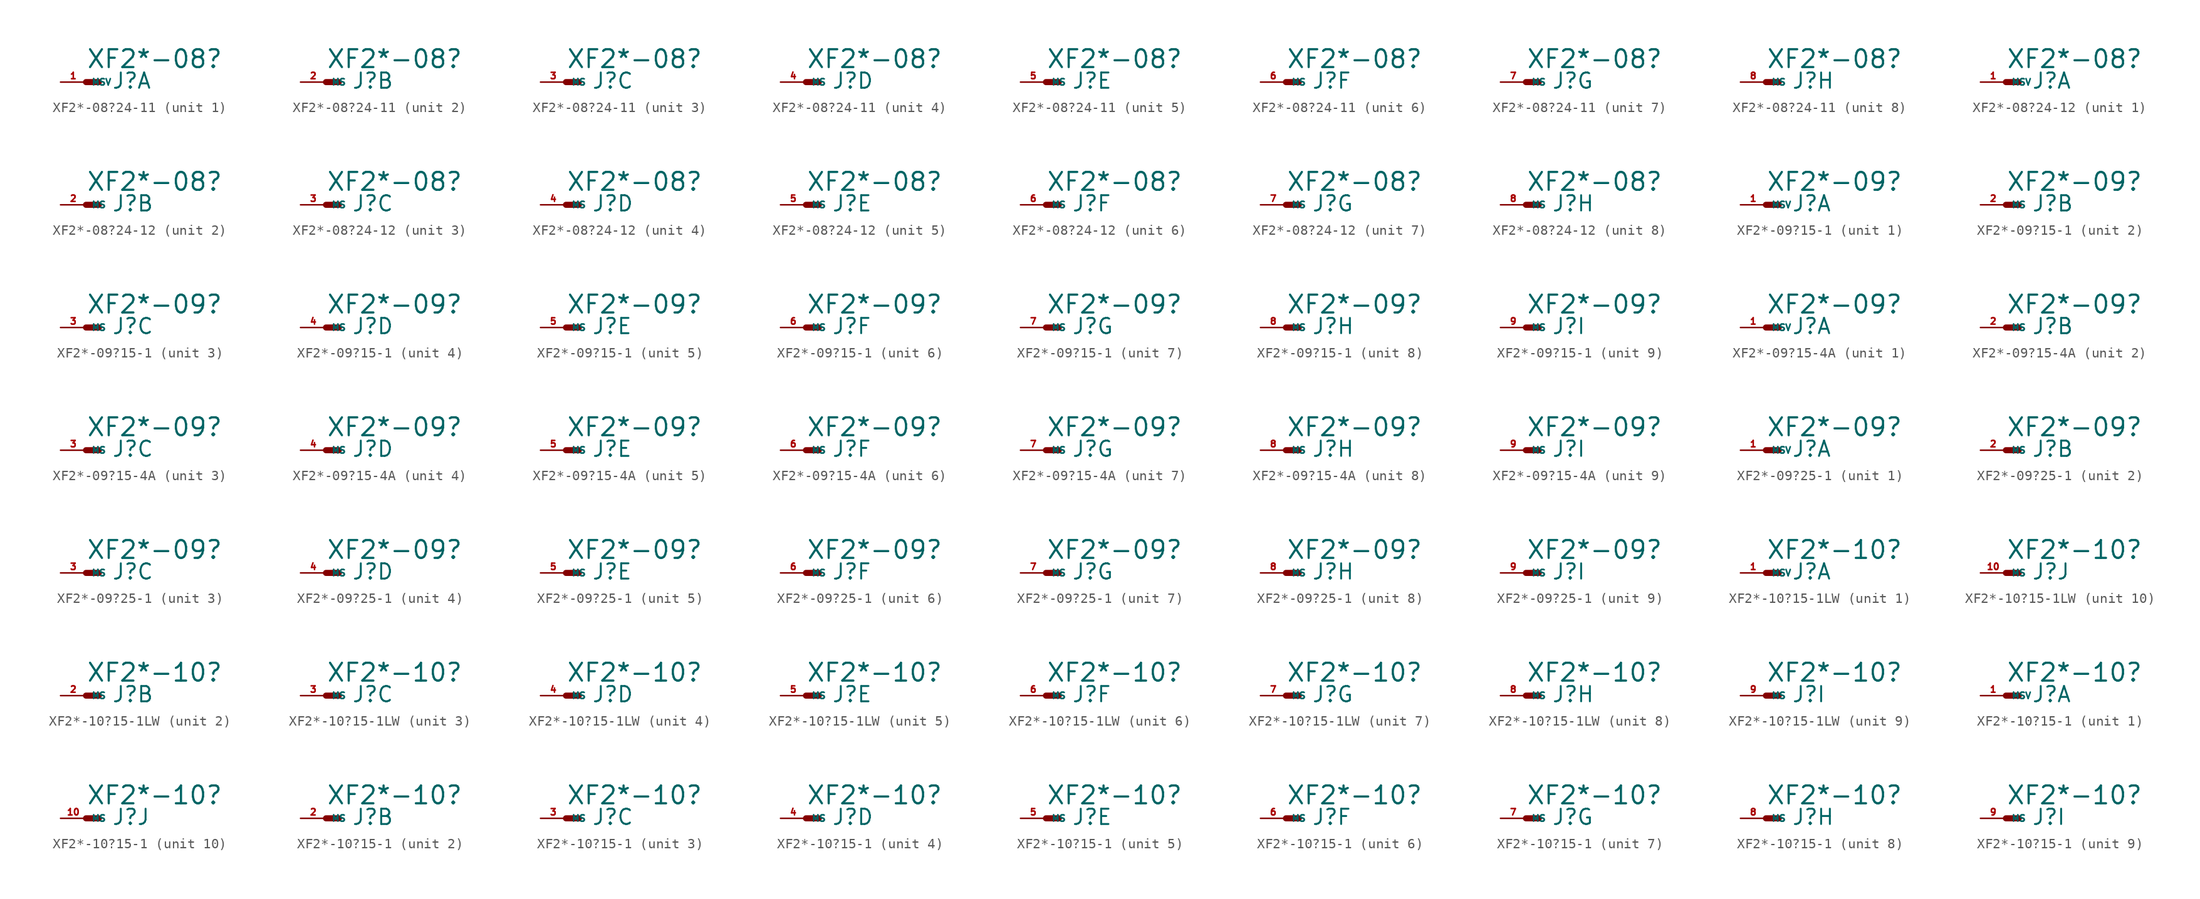
<source format=kicad_sym>
(kicad_symbol_lib
  (version 20220914)
  (generator Eagle2Kicad)
  (symbol "XF2*-08?24-11"
    (property "Reference" "J"
      (at 2.54 -0.762 0)
      (effects (font (size 1.524 1.524) (thickness 0.19)) (justify left bottom)))
    (property "Value" "XF2*-08?"
      (at 0 1.27 0)
      (effects (font (size 1.778 1.778) (thickness 0.22)) (justify left bottom)))
    (symbol "XF2*-08?24-11_1_0"
      (polyline (pts (xy 0 0) (xy 1.27 0)) (stroke (width 0.61) (type default)) (fill (type none)))
      (pin passive line (at -2.54 0 0) (length 2.54) (name "MSV" (effects (font (size 0.635 0.635) (thickness 0.08)) (justify left bottom))) (number "1" (effects (font (size 0.635 0.635) (thickness 0.08)) (justify left bottom)))))
    (symbol "XF2*-08?24-11_2_0"
      (polyline (pts (xy 0 0) (xy 1.27 0)) (stroke (width 0.61) (type default)) (fill (type none)))
      (pin passive line (at -2.54 0 0) (length 2.54) (name "MS" (effects (font (size 0.635 0.635) (thickness 0.08)) (justify left bottom))) (number "2" (effects (font (size 0.635 0.635) (thickness 0.08)) (justify left bottom)))))
    (symbol "XF2*-08?24-11_3_0"
      (polyline (pts (xy 0 0) (xy 1.27 0)) (stroke (width 0.61) (type default)) (fill (type none)))
      (pin passive line (at -2.54 0 0) (length 2.54) (name "MS" (effects (font (size 0.635 0.635) (thickness 0.08)) (justify left bottom))) (number "3" (effects (font (size 0.635 0.635) (thickness 0.08)) (justify left bottom)))))
    (symbol "XF2*-08?24-11_4_0"
      (polyline (pts (xy 0 0) (xy 1.27 0)) (stroke (width 0.61) (type default)) (fill (type none)))
      (pin passive line (at -2.54 0 0) (length 2.54) (name "MS" (effects (font (size 0.635 0.635) (thickness 0.08)) (justify left bottom))) (number "4" (effects (font (size 0.635 0.635) (thickness 0.08)) (justify left bottom)))))
    (symbol "XF2*-08?24-11_5_0"
      (polyline (pts (xy 0 0) (xy 1.27 0)) (stroke (width 0.61) (type default)) (fill (type none)))
      (pin passive line (at -2.54 0 0) (length 2.54) (name "MS" (effects (font (size 0.635 0.635) (thickness 0.08)) (justify left bottom))) (number "5" (effects (font (size 0.635 0.635) (thickness 0.08)) (justify left bottom)))))
    (symbol "XF2*-08?24-11_6_0"
      (polyline (pts (xy 0 0) (xy 1.27 0)) (stroke (width 0.61) (type default)) (fill (type none)))
      (pin passive line (at -2.54 0 0) (length 2.54) (name "MS" (effects (font (size 0.635 0.635) (thickness 0.08)) (justify left bottom))) (number "6" (effects (font (size 0.635 0.635) (thickness 0.08)) (justify left bottom)))))
    (symbol "XF2*-08?24-11_7_0"
      (polyline (pts (xy 0 0) (xy 1.27 0)) (stroke (width 0.61) (type default)) (fill (type none)))
      (pin passive line (at -2.54 0 0) (length 2.54) (name "MS" (effects (font (size 0.635 0.635) (thickness 0.08)) (justify left bottom))) (number "7" (effects (font (size 0.635 0.635) (thickness 0.08)) (justify left bottom)))))
    (symbol "XF2*-08?24-11_8_0"
      (polyline (pts (xy 0 0) (xy 1.27 0)) (stroke (width 0.61) (type default)) (fill (type none)))
      (pin passive line (at -2.54 0 0) (length 2.54) (name "MS" (effects (font (size 0.635 0.635) (thickness 0.08)) (justify left bottom))) (number "8" (effects (font (size 0.635 0.635) (thickness 0.08)) (justify left bottom))))))
  (symbol "XF2*-08?24-12"
    (property "Reference" "J"
      (at 2.54 -0.762 0)
      (effects (font (size 1.524 1.524) (thickness 0.19)) (justify left bottom)))
    (property "Value" "XF2*-08?"
      (at 0 1.27 0)
      (effects (font (size 1.778 1.778) (thickness 0.22)) (justify left bottom)))
    (symbol "XF2*-08?24-12_1_0"
      (polyline (pts (xy 0 0) (xy 1.27 0)) (stroke (width 0.61) (type default)) (fill (type none)))
      (pin passive line (at -2.54 0 0) (length 2.54) (name "MSV" (effects (font (size 0.635 0.635) (thickness 0.08)) (justify left bottom))) (number "1" (effects (font (size 0.635 0.635) (thickness 0.08)) (justify left bottom)))))
    (symbol "XF2*-08?24-12_2_0"
      (polyline (pts (xy 0 0) (xy 1.27 0)) (stroke (width 0.61) (type default)) (fill (type none)))
      (pin passive line (at -2.54 0 0) (length 2.54) (name "MS" (effects (font (size 0.635 0.635) (thickness 0.08)) (justify left bottom))) (number "2" (effects (font (size 0.635 0.635) (thickness 0.08)) (justify left bottom)))))
    (symbol "XF2*-08?24-12_3_0"
      (polyline (pts (xy 0 0) (xy 1.27 0)) (stroke (width 0.61) (type default)) (fill (type none)))
      (pin passive line (at -2.54 0 0) (length 2.54) (name "MS" (effects (font (size 0.635 0.635) (thickness 0.08)) (justify left bottom))) (number "3" (effects (font (size 0.635 0.635) (thickness 0.08)) (justify left bottom)))))
    (symbol "XF2*-08?24-12_4_0"
      (polyline (pts (xy 0 0) (xy 1.27 0)) (stroke (width 0.61) (type default)) (fill (type none)))
      (pin passive line (at -2.54 0 0) (length 2.54) (name "MS" (effects (font (size 0.635 0.635) (thickness 0.08)) (justify left bottom))) (number "4" (effects (font (size 0.635 0.635) (thickness 0.08)) (justify left bottom)))))
    (symbol "XF2*-08?24-12_5_0"
      (polyline (pts (xy 0 0) (xy 1.27 0)) (stroke (width 0.61) (type default)) (fill (type none)))
      (pin passive line (at -2.54 0 0) (length 2.54) (name "MS" (effects (font (size 0.635 0.635) (thickness 0.08)) (justify left bottom))) (number "5" (effects (font (size 0.635 0.635) (thickness 0.08)) (justify left bottom)))))
    (symbol "XF2*-08?24-12_6_0"
      (polyline (pts (xy 0 0) (xy 1.27 0)) (stroke (width 0.61) (type default)) (fill (type none)))
      (pin passive line (at -2.54 0 0) (length 2.54) (name "MS" (effects (font (size 0.635 0.635) (thickness 0.08)) (justify left bottom))) (number "6" (effects (font (size 0.635 0.635) (thickness 0.08)) (justify left bottom)))))
    (symbol "XF2*-08?24-12_7_0"
      (polyline (pts (xy 0 0) (xy 1.27 0)) (stroke (width 0.61) (type default)) (fill (type none)))
      (pin passive line (at -2.54 0 0) (length 2.54) (name "MS" (effects (font (size 0.635 0.635) (thickness 0.08)) (justify left bottom))) (number "7" (effects (font (size 0.635 0.635) (thickness 0.08)) (justify left bottom)))))
    (symbol "XF2*-08?24-12_8_0"
      (polyline (pts (xy 0 0) (xy 1.27 0)) (stroke (width 0.61) (type default)) (fill (type none)))
      (pin passive line (at -2.54 0 0) (length 2.54) (name "MS" (effects (font (size 0.635 0.635) (thickness 0.08)) (justify left bottom))) (number "8" (effects (font (size 0.635 0.635) (thickness 0.08)) (justify left bottom))))))
  (symbol "XF2*-09?15-1"
    (property "Reference" "J"
      (at 2.54 -0.762 0)
      (effects (font (size 1.524 1.524) (thickness 0.19)) (justify left bottom)))
    (property "Value" "XF2*-09?"
      (at 0 1.27 0)
      (effects (font (size 1.778 1.778) (thickness 0.22)) (justify left bottom)))
    (symbol "XF2*-09?15-1_1_0"
      (polyline (pts (xy 0 0) (xy 1.27 0)) (stroke (width 0.61) (type default)) (fill (type none)))
      (pin passive line (at -2.54 0 0) (length 2.54) (name "MSV" (effects (font (size 0.635 0.635) (thickness 0.08)) (justify left bottom))) (number "1" (effects (font (size 0.635 0.635) (thickness 0.08)) (justify left bottom)))))
    (symbol "XF2*-09?15-1_2_0"
      (polyline (pts (xy 0 0) (xy 1.27 0)) (stroke (width 0.61) (type default)) (fill (type none)))
      (pin passive line (at -2.54 0 0) (length 2.54) (name "MS" (effects (font (size 0.635 0.635) (thickness 0.08)) (justify left bottom))) (number "2" (effects (font (size 0.635 0.635) (thickness 0.08)) (justify left bottom)))))
    (symbol "XF2*-09?15-1_3_0"
      (polyline (pts (xy 0 0) (xy 1.27 0)) (stroke (width 0.61) (type default)) (fill (type none)))
      (pin passive line (at -2.54 0 0) (length 2.54) (name "MS" (effects (font (size 0.635 0.635) (thickness 0.08)) (justify left bottom))) (number "3" (effects (font (size 0.635 0.635) (thickness 0.08)) (justify left bottom)))))
    (symbol "XF2*-09?15-1_4_0"
      (polyline (pts (xy 0 0) (xy 1.27 0)) (stroke (width 0.61) (type default)) (fill (type none)))
      (pin passive line (at -2.54 0 0) (length 2.54) (name "MS" (effects (font (size 0.635 0.635) (thickness 0.08)) (justify left bottom))) (number "4" (effects (font (size 0.635 0.635) (thickness 0.08)) (justify left bottom)))))
    (symbol "XF2*-09?15-1_5_0"
      (polyline (pts (xy 0 0) (xy 1.27 0)) (stroke (width 0.61) (type default)) (fill (type none)))
      (pin passive line (at -2.54 0 0) (length 2.54) (name "MS" (effects (font (size 0.635 0.635) (thickness 0.08)) (justify left bottom))) (number "5" (effects (font (size 0.635 0.635) (thickness 0.08)) (justify left bottom)))))
    (symbol "XF2*-09?15-1_6_0"
      (polyline (pts (xy 0 0) (xy 1.27 0)) (stroke (width 0.61) (type default)) (fill (type none)))
      (pin passive line (at -2.54 0 0) (length 2.54) (name "MS" (effects (font (size 0.635 0.635) (thickness 0.08)) (justify left bottom))) (number "6" (effects (font (size 0.635 0.635) (thickness 0.08)) (justify left bottom)))))
    (symbol "XF2*-09?15-1_7_0"
      (polyline (pts (xy 0 0) (xy 1.27 0)) (stroke (width 0.61) (type default)) (fill (type none)))
      (pin passive line (at -2.54 0 0) (length 2.54) (name "MS" (effects (font (size 0.635 0.635) (thickness 0.08)) (justify left bottom))) (number "7" (effects (font (size 0.635 0.635) (thickness 0.08)) (justify left bottom)))))
    (symbol "XF2*-09?15-1_8_0"
      (polyline (pts (xy 0 0) (xy 1.27 0)) (stroke (width 0.61) (type default)) (fill (type none)))
      (pin passive line (at -2.54 0 0) (length 2.54) (name "MS" (effects (font (size 0.635 0.635) (thickness 0.08)) (justify left bottom))) (number "8" (effects (font (size 0.635 0.635) (thickness 0.08)) (justify left bottom)))))
    (symbol "XF2*-09?15-1_9_0"
      (polyline (pts (xy 0 0) (xy 1.27 0)) (stroke (width 0.61) (type default)) (fill (type none)))
      (pin passive line (at -2.54 0 0) (length 2.54) (name "MS" (effects (font (size 0.635 0.635) (thickness 0.08)) (justify left bottom))) (number "9" (effects (font (size 0.635 0.635) (thickness 0.08)) (justify left bottom))))))
  (symbol "XF2*-09?15-4A"
    (property "Reference" "J"
      (at 2.54 -0.762 0)
      (effects (font (size 1.524 1.524) (thickness 0.19)) (justify left bottom)))
    (property "Value" "XF2*-09?"
      (at 0 1.27 0)
      (effects (font (size 1.778 1.778) (thickness 0.22)) (justify left bottom)))
    (symbol "XF2*-09?15-4A_1_0"
      (polyline (pts (xy 0 0) (xy 1.27 0)) (stroke (width 0.61) (type default)) (fill (type none)))
      (pin passive line (at -2.54 0 0) (length 2.54) (name "MSV" (effects (font (size 0.635 0.635) (thickness 0.08)) (justify left bottom))) (number "1" (effects (font (size 0.635 0.635) (thickness 0.08)) (justify left bottom)))))
    (symbol "XF2*-09?15-4A_2_0"
      (polyline (pts (xy 0 0) (xy 1.27 0)) (stroke (width 0.61) (type default)) (fill (type none)))
      (pin passive line (at -2.54 0 0) (length 2.54) (name "MS" (effects (font (size 0.635 0.635) (thickness 0.08)) (justify left bottom))) (number "2" (effects (font (size 0.635 0.635) (thickness 0.08)) (justify left bottom)))))
    (symbol "XF2*-09?15-4A_3_0"
      (polyline (pts (xy 0 0) (xy 1.27 0)) (stroke (width 0.61) (type default)) (fill (type none)))
      (pin passive line (at -2.54 0 0) (length 2.54) (name "MS" (effects (font (size 0.635 0.635) (thickness 0.08)) (justify left bottom))) (number "3" (effects (font (size 0.635 0.635) (thickness 0.08)) (justify left bottom)))))
    (symbol "XF2*-09?15-4A_4_0"
      (polyline (pts (xy 0 0) (xy 1.27 0)) (stroke (width 0.61) (type default)) (fill (type none)))
      (pin passive line (at -2.54 0 0) (length 2.54) (name "MS" (effects (font (size 0.635 0.635) (thickness 0.08)) (justify left bottom))) (number "4" (effects (font (size 0.635 0.635) (thickness 0.08)) (justify left bottom)))))
    (symbol "XF2*-09?15-4A_5_0"
      (polyline (pts (xy 0 0) (xy 1.27 0)) (stroke (width 0.61) (type default)) (fill (type none)))
      (pin passive line (at -2.54 0 0) (length 2.54) (name "MS" (effects (font (size 0.635 0.635) (thickness 0.08)) (justify left bottom))) (number "5" (effects (font (size 0.635 0.635) (thickness 0.08)) (justify left bottom)))))
    (symbol "XF2*-09?15-4A_6_0"
      (polyline (pts (xy 0 0) (xy 1.27 0)) (stroke (width 0.61) (type default)) (fill (type none)))
      (pin passive line (at -2.54 0 0) (length 2.54) (name "MS" (effects (font (size 0.635 0.635) (thickness 0.08)) (justify left bottom))) (number "6" (effects (font (size 0.635 0.635) (thickness 0.08)) (justify left bottom)))))
    (symbol "XF2*-09?15-4A_7_0"
      (polyline (pts (xy 0 0) (xy 1.27 0)) (stroke (width 0.61) (type default)) (fill (type none)))
      (pin passive line (at -2.54 0 0) (length 2.54) (name "MS" (effects (font (size 0.635 0.635) (thickness 0.08)) (justify left bottom))) (number "7" (effects (font (size 0.635 0.635) (thickness 0.08)) (justify left bottom)))))
    (symbol "XF2*-09?15-4A_8_0"
      (polyline (pts (xy 0 0) (xy 1.27 0)) (stroke (width 0.61) (type default)) (fill (type none)))
      (pin passive line (at -2.54 0 0) (length 2.54) (name "MS" (effects (font (size 0.635 0.635) (thickness 0.08)) (justify left bottom))) (number "8" (effects (font (size 0.635 0.635) (thickness 0.08)) (justify left bottom)))))
    (symbol "XF2*-09?15-4A_9_0"
      (polyline (pts (xy 0 0) (xy 1.27 0)) (stroke (width 0.61) (type default)) (fill (type none)))
      (pin passive line (at -2.54 0 0) (length 2.54) (name "MS" (effects (font (size 0.635 0.635) (thickness 0.08)) (justify left bottom))) (number "9" (effects (font (size 0.635 0.635) (thickness 0.08)) (justify left bottom))))))
  (symbol "XF2*-09?25-1"
    (property "Reference" "J"
      (at 2.54 -0.762 0)
      (effects (font (size 1.524 1.524) (thickness 0.19)) (justify left bottom)))
    (property "Value" "XF2*-09?"
      (at 0 1.27 0)
      (effects (font (size 1.778 1.778) (thickness 0.22)) (justify left bottom)))
    (symbol "XF2*-09?25-1_1_0"
      (polyline (pts (xy 0 0) (xy 1.27 0)) (stroke (width 0.61) (type default)) (fill (type none)))
      (pin passive line (at -2.54 0 0) (length 2.54) (name "MSV" (effects (font (size 0.635 0.635) (thickness 0.08)) (justify left bottom))) (number "1" (effects (font (size 0.635 0.635) (thickness 0.08)) (justify left bottom)))))
    (symbol "XF2*-09?25-1_2_0"
      (polyline (pts (xy 0 0) (xy 1.27 0)) (stroke (width 0.61) (type default)) (fill (type none)))
      (pin passive line (at -2.54 0 0) (length 2.54) (name "MS" (effects (font (size 0.635 0.635) (thickness 0.08)) (justify left bottom))) (number "2" (effects (font (size 0.635 0.635) (thickness 0.08)) (justify left bottom)))))
    (symbol "XF2*-09?25-1_3_0"
      (polyline (pts (xy 0 0) (xy 1.27 0)) (stroke (width 0.61) (type default)) (fill (type none)))
      (pin passive line (at -2.54 0 0) (length 2.54) (name "MS" (effects (font (size 0.635 0.635) (thickness 0.08)) (justify left bottom))) (number "3" (effects (font (size 0.635 0.635) (thickness 0.08)) (justify left bottom)))))
    (symbol "XF2*-09?25-1_4_0"
      (polyline (pts (xy 0 0) (xy 1.27 0)) (stroke (width 0.61) (type default)) (fill (type none)))
      (pin passive line (at -2.54 0 0) (length 2.54) (name "MS" (effects (font (size 0.635 0.635) (thickness 0.08)) (justify left bottom))) (number "4" (effects (font (size 0.635 0.635) (thickness 0.08)) (justify left bottom)))))
    (symbol "XF2*-09?25-1_5_0"
      (polyline (pts (xy 0 0) (xy 1.27 0)) (stroke (width 0.61) (type default)) (fill (type none)))
      (pin passive line (at -2.54 0 0) (length 2.54) (name "MS" (effects (font (size 0.635 0.635) (thickness 0.08)) (justify left bottom))) (number "5" (effects (font (size 0.635 0.635) (thickness 0.08)) (justify left bottom)))))
    (symbol "XF2*-09?25-1_6_0"
      (polyline (pts (xy 0 0) (xy 1.27 0)) (stroke (width 0.61) (type default)) (fill (type none)))
      (pin passive line (at -2.54 0 0) (length 2.54) (name "MS" (effects (font (size 0.635 0.635) (thickness 0.08)) (justify left bottom))) (number "6" (effects (font (size 0.635 0.635) (thickness 0.08)) (justify left bottom)))))
    (symbol "XF2*-09?25-1_7_0"
      (polyline (pts (xy 0 0) (xy 1.27 0)) (stroke (width 0.61) (type default)) (fill (type none)))
      (pin passive line (at -2.54 0 0) (length 2.54) (name "MS" (effects (font (size 0.635 0.635) (thickness 0.08)) (justify left bottom))) (number "7" (effects (font (size 0.635 0.635) (thickness 0.08)) (justify left bottom)))))
    (symbol "XF2*-09?25-1_8_0"
      (polyline (pts (xy 0 0) (xy 1.27 0)) (stroke (width 0.61) (type default)) (fill (type none)))
      (pin passive line (at -2.54 0 0) (length 2.54) (name "MS" (effects (font (size 0.635 0.635) (thickness 0.08)) (justify left bottom))) (number "8" (effects (font (size 0.635 0.635) (thickness 0.08)) (justify left bottom)))))
    (symbol "XF2*-09?25-1_9_0"
      (polyline (pts (xy 0 0) (xy 1.27 0)) (stroke (width 0.61) (type default)) (fill (type none)))
      (pin passive line (at -2.54 0 0) (length 2.54) (name "MS" (effects (font (size 0.635 0.635) (thickness 0.08)) (justify left bottom))) (number "9" (effects (font (size 0.635 0.635) (thickness 0.08)) (justify left bottom))))))
  (symbol "XF2*-10?15-1LW"
    (property "Reference" "J"
      (at 2.54 -0.762 0)
      (effects (font (size 1.524 1.524) (thickness 0.19)) (justify left bottom)))
    (property "Value" "XF2*-10?"
      (at 0 1.27 0)
      (effects (font (size 1.778 1.778) (thickness 0.22)) (justify left bottom)))
    (symbol "XF2*-10?15-1LW_1_0"
      (polyline (pts (xy 0 0) (xy 1.27 0)) (stroke (width 0.61) (type default)) (fill (type none)))
      (pin passive line (at -2.54 0 0) (length 2.54) (name "MSV" (effects (font (size 0.635 0.635) (thickness 0.08)) (justify left bottom))) (number "1" (effects (font (size 0.635 0.635) (thickness 0.08)) (justify left bottom)))))
    (symbol "XF2*-10?15-1LW_2_0"
      (polyline (pts (xy 0 0) (xy 1.27 0)) (stroke (width 0.61) (type default)) (fill (type none)))
      (pin passive line (at -2.54 0 0) (length 2.54) (name "MS" (effects (font (size 0.635 0.635) (thickness 0.08)) (justify left bottom))) (number "2" (effects (font (size 0.635 0.635) (thickness 0.08)) (justify left bottom)))))
    (symbol "XF2*-10?15-1LW_3_0"
      (polyline (pts (xy 0 0) (xy 1.27 0)) (stroke (width 0.61) (type default)) (fill (type none)))
      (pin passive line (at -2.54 0 0) (length 2.54) (name "MS" (effects (font (size 0.635 0.635) (thickness 0.08)) (justify left bottom))) (number "3" (effects (font (size 0.635 0.635) (thickness 0.08)) (justify left bottom)))))
    (symbol "XF2*-10?15-1LW_4_0"
      (polyline (pts (xy 0 0) (xy 1.27 0)) (stroke (width 0.61) (type default)) (fill (type none)))
      (pin passive line (at -2.54 0 0) (length 2.54) (name "MS" (effects (font (size 0.635 0.635) (thickness 0.08)) (justify left bottom))) (number "4" (effects (font (size 0.635 0.635) (thickness 0.08)) (justify left bottom)))))
    (symbol "XF2*-10?15-1LW_5_0"
      (polyline (pts (xy 0 0) (xy 1.27 0)) (stroke (width 0.61) (type default)) (fill (type none)))
      (pin passive line (at -2.54 0 0) (length 2.54) (name "MS" (effects (font (size 0.635 0.635) (thickness 0.08)) (justify left bottom))) (number "5" (effects (font (size 0.635 0.635) (thickness 0.08)) (justify left bottom)))))
    (symbol "XF2*-10?15-1LW_6_0"
      (polyline (pts (xy 0 0) (xy 1.27 0)) (stroke (width 0.61) (type default)) (fill (type none)))
      (pin passive line (at -2.54 0 0) (length 2.54) (name "MS" (effects (font (size 0.635 0.635) (thickness 0.08)) (justify left bottom))) (number "6" (effects (font (size 0.635 0.635) (thickness 0.08)) (justify left bottom)))))
    (symbol "XF2*-10?15-1LW_7_0"
      (polyline (pts (xy 0 0) (xy 1.27 0)) (stroke (width 0.61) (type default)) (fill (type none)))
      (pin passive line (at -2.54 0 0) (length 2.54) (name "MS" (effects (font (size 0.635 0.635) (thickness 0.08)) (justify left bottom))) (number "7" (effects (font (size 0.635 0.635) (thickness 0.08)) (justify left bottom)))))
    (symbol "XF2*-10?15-1LW_8_0"
      (polyline (pts (xy 0 0) (xy 1.27 0)) (stroke (width 0.61) (type default)) (fill (type none)))
      (pin passive line (at -2.54 0 0) (length 2.54) (name "MS" (effects (font (size 0.635 0.635) (thickness 0.08)) (justify left bottom))) (number "8" (effects (font (size 0.635 0.635) (thickness 0.08)) (justify left bottom)))))
    (symbol "XF2*-10?15-1LW_9_0"
      (polyline (pts (xy 0 0) (xy 1.27 0)) (stroke (width 0.61) (type default)) (fill (type none)))
      (pin passive line (at -2.54 0 0) (length 2.54) (name "MS" (effects (font (size 0.635 0.635) (thickness 0.08)) (justify left bottom))) (number "9" (effects (font (size 0.635 0.635) (thickness 0.08)) (justify left bottom)))))
    (symbol "XF2*-10?15-1LW_10_0"
      (polyline (pts (xy 0 0) (xy 1.27 0)) (stroke (width 0.61) (type default)) (fill (type none)))
      (pin passive line (at -2.54 0 0) (length 2.54) (name "MS" (effects (font (size 0.635 0.635) (thickness 0.08)) (justify left bottom))) (number "10" (effects (font (size 0.635 0.635) (thickness 0.08)) (justify left bottom))))))
  (symbol "XF2*-10?15-1"
    (property "Reference" "J"
      (at 2.54 -0.762 0)
      (effects (font (size 1.524 1.524) (thickness 0.19)) (justify left bottom)))
    (property "Value" "XF2*-10?"
      (at 0 1.27 0)
      (effects (font (size 1.778 1.778) (thickness 0.22)) (justify left bottom)))
    (symbol "XF2*-10?15-1_1_0"
      (polyline (pts (xy 0 0) (xy 1.27 0)) (stroke (width 0.61) (type default)) (fill (type none)))
      (pin passive line (at -2.54 0 0) (length 2.54) (name "MSV" (effects (font (size 0.635 0.635) (thickness 0.08)) (justify left bottom))) (number "1" (effects (font (size 0.635 0.635) (thickness 0.08)) (justify left bottom)))))
    (symbol "XF2*-10?15-1_2_0"
      (polyline (pts (xy 0 0) (xy 1.27 0)) (stroke (width 0.61) (type default)) (fill (type none)))
      (pin passive line (at -2.54 0 0) (length 2.54) (name "MS" (effects (font (size 0.635 0.635) (thickness 0.08)) (justify left bottom))) (number "2" (effects (font (size 0.635 0.635) (thickness 0.08)) (justify left bottom)))))
    (symbol "XF2*-10?15-1_3_0"
      (polyline (pts (xy 0 0) (xy 1.27 0)) (stroke (width 0.61) (type default)) (fill (type none)))
      (pin passive line (at -2.54 0 0) (length 2.54) (name "MS" (effects (font (size 0.635 0.635) (thickness 0.08)) (justify left bottom))) (number "3" (effects (font (size 0.635 0.635) (thickness 0.08)) (justify left bottom)))))
    (symbol "XF2*-10?15-1_4_0"
      (polyline (pts (xy 0 0) (xy 1.27 0)) (stroke (width 0.61) (type default)) (fill (type none)))
      (pin passive line (at -2.54 0 0) (length 2.54) (name "MS" (effects (font (size 0.635 0.635) (thickness 0.08)) (justify left bottom))) (number "4" (effects (font (size 0.635 0.635) (thickness 0.08)) (justify left bottom)))))
    (symbol "XF2*-10?15-1_5_0"
      (polyline (pts (xy 0 0) (xy 1.27 0)) (stroke (width 0.61) (type default)) (fill (type none)))
      (pin passive line (at -2.54 0 0) (length 2.54) (name "MS" (effects (font (size 0.635 0.635) (thickness 0.08)) (justify left bottom))) (number "5" (effects (font (size 0.635 0.635) (thickness 0.08)) (justify left bottom)))))
    (symbol "XF2*-10?15-1_6_0"
      (polyline (pts (xy 0 0) (xy 1.27 0)) (stroke (width 0.61) (type default)) (fill (type none)))
      (pin passive line (at -2.54 0 0) (length 2.54) (name "MS" (effects (font (size 0.635 0.635) (thickness 0.08)) (justify left bottom))) (number "6" (effects (font (size 0.635 0.635) (thickness 0.08)) (justify left bottom)))))
    (symbol "XF2*-10?15-1_7_0"
      (polyline (pts (xy 0 0) (xy 1.27 0)) (stroke (width 0.61) (type default)) (fill (type none)))
      (pin passive line (at -2.54 0 0) (length 2.54) (name "MS" (effects (font (size 0.635 0.635) (thickness 0.08)) (justify left bottom))) (number "7" (effects (font (size 0.635 0.635) (thickness 0.08)) (justify left bottom)))))
    (symbol "XF2*-10?15-1_8_0"
      (polyline (pts (xy 0 0) (xy 1.27 0)) (stroke (width 0.61) (type default)) (fill (type none)))
      (pin passive line (at -2.54 0 0) (length 2.54) (name "MS" (effects (font (size 0.635 0.635) (thickness 0.08)) (justify left bottom))) (number "8" (effects (font (size 0.635 0.635) (thickness 0.08)) (justify left bottom)))))
    (symbol "XF2*-10?15-1_9_0"
      (polyline (pts (xy 0 0) (xy 1.27 0)) (stroke (width 0.61) (type default)) (fill (type none)))
      (pin passive line (at -2.54 0 0) (length 2.54) (name "MS" (effects (font (size 0.635 0.635) (thickness 0.08)) (justify left bottom))) (number "9" (effects (font (size 0.635 0.635) (thickness 0.08)) (justify left bottom)))))
    (symbol "XF2*-10?15-1_10_0"
      (polyline (pts (xy 0 0) (xy 1.27 0)) (stroke (width 0.61) (type default)) (fill (type none)))
      (pin passive line (at -2.54 0 0) (length 2.54) (name "MS" (effects (font (size 0.635 0.635) (thickness 0.08)) (justify left bottom))) (number "10" (effects (font (size 0.635 0.635) (thickness 0.08)) (justify left bottom)))))))
</source>
